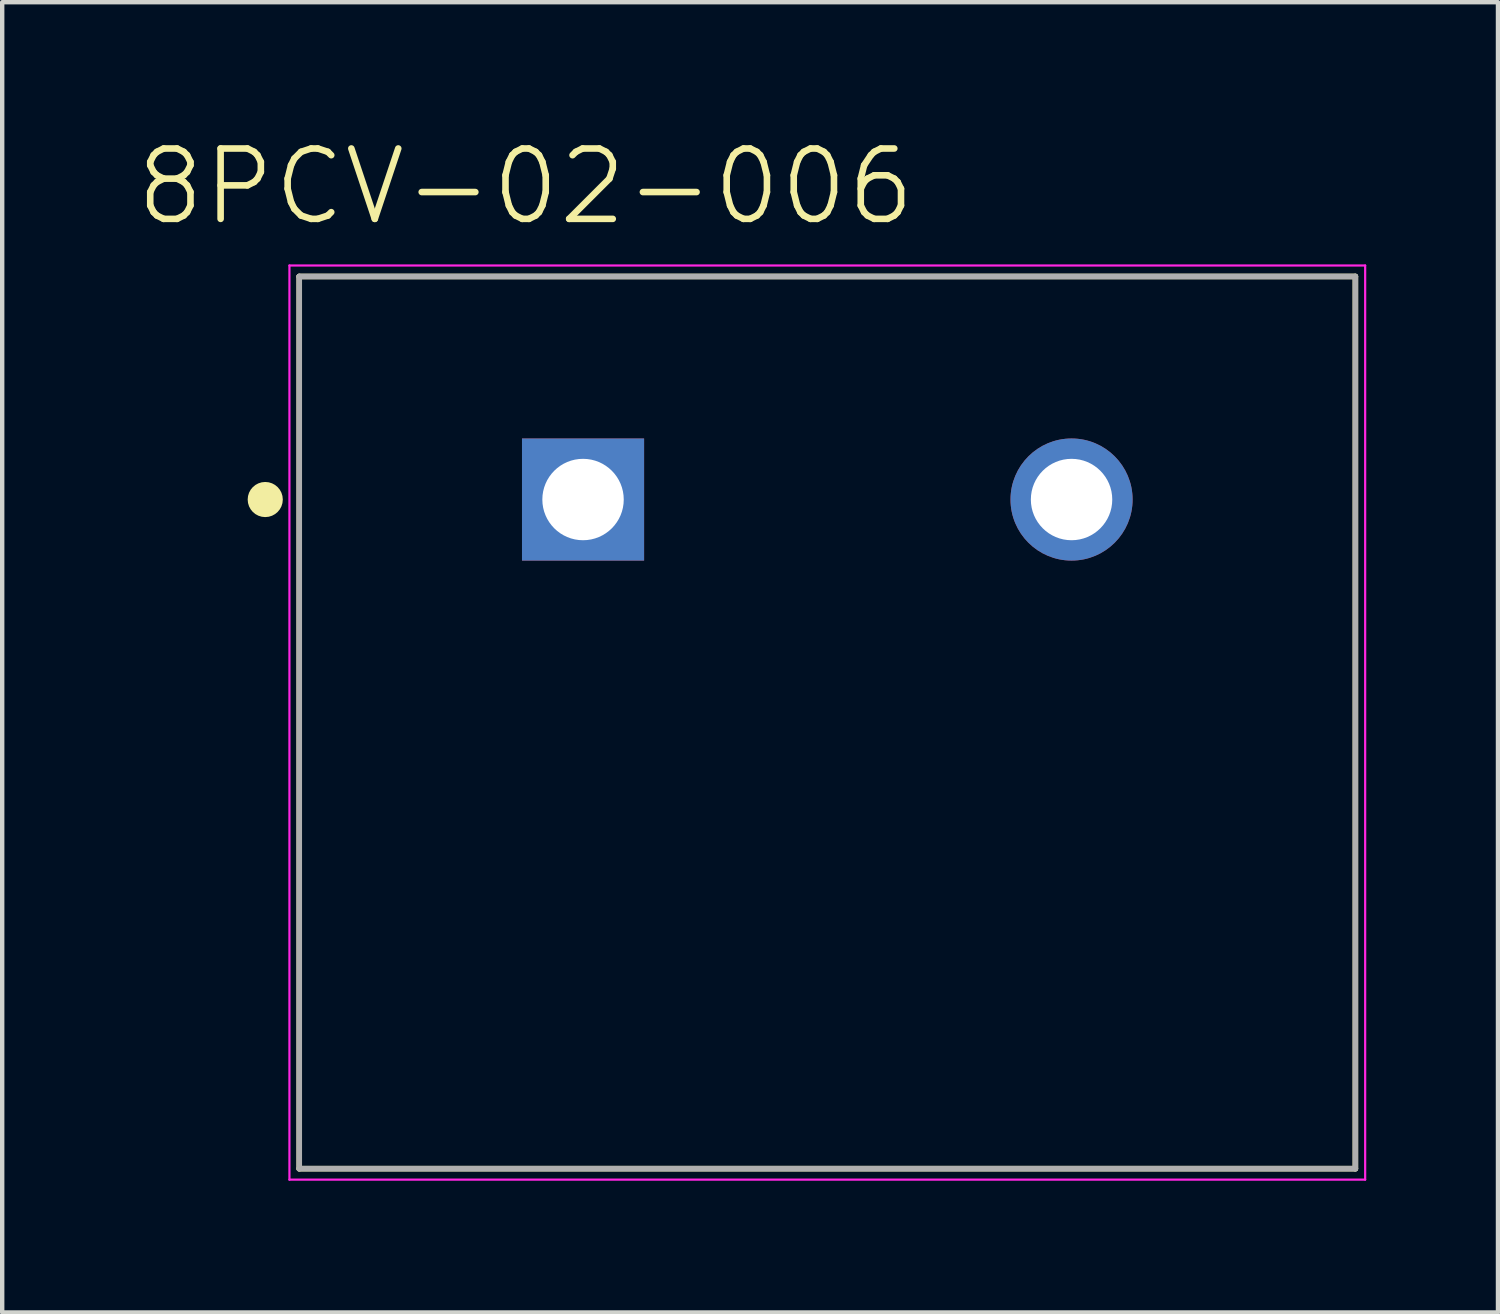
<source format=kicad_pcb>
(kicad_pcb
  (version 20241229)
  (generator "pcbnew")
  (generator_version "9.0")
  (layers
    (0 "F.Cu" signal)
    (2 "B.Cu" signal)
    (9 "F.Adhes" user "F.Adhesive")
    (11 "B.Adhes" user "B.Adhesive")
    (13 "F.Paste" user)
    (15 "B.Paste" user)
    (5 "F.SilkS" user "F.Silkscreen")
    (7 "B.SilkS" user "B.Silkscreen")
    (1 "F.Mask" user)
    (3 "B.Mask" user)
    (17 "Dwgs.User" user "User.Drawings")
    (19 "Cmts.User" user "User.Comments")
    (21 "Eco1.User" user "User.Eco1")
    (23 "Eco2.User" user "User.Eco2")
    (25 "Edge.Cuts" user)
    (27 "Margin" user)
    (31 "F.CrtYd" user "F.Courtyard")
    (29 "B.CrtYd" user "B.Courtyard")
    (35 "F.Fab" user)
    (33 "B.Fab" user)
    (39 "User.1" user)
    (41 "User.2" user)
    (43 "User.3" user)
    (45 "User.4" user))
  (footprint "8PCV-02-006"
    (layer "F.Cu")
    (at 15.792 8.327)
    (property "Reference" "8PCV-02-006" (at -6.871 -7.126 0) (layer "F.SilkS") (effects (font (size 1.603 1.603) (thickness 0.15))))
    (attr through_hole)
    (fp_line (start -12.027 -5.08) (end 12.027 -5.08) (stroke (width 0.127) (type solid)) (layer "F.SilkS"))
    (fp_line (start -12.027 15.24) (end -12.027 -5.08) (stroke (width 0.127) (type solid)) (layer "F.SilkS"))
    (fp_line (start 12.027 -5.08) (end 12.027 15.24) (stroke (width 0.127) (type solid)) (layer "F.SilkS"))
    (fp_line (start 12.027 15.24) (end -12.027 15.24) (stroke (width 0.127) (type solid)) (layer "F.SilkS"))
    (fp_circle (center -12.801 0) (end -12.601 0) (stroke (width 0.4) (type solid)) (fill no) (layer "F.SilkS"))
    (fp_line (start -12.25 -5.33) (end 12.25 -5.33) (stroke (width 0.05) (type solid)) (layer "F.CrtYd"))
    (fp_line (start -12.25 15.49) (end -12.25 -5.33) (stroke (width 0.05) (type solid)) (layer "F.CrtYd"))
    (fp_line (start 12.25 -5.33) (end 12.25 15.49) (stroke (width 0.05) (type solid)) (layer "F.CrtYd"))
    (fp_line (start 12.25 15.49) (end -12.25 15.49) (stroke (width 0.05) (type solid)) (layer "F.CrtYd"))
    (fp_line (start -12.027 -5.08) (end 12.027 -5.08) (stroke (width 0.127) (type solid)) (layer "F.Fab"))
    (fp_line (start -12.027 15.24) (end -12.027 -5.08) (stroke (width 0.127) (type solid)) (layer "F.Fab"))
    (fp_line (start 12.027 -5.08) (end 12.027 15.24) (stroke (width 0.127) (type solid)) (layer "F.Fab"))
    (fp_line (start 12.027 15.24) (end -12.027 15.24) (stroke (width 0.127) (type solid)) (layer "F.Fab"))
    (pad "1" thru_hole rect (at -5.563 0) (size 2.781 2.781) (drill 1.854) (layers "*.Cu" "*.Mask"))
    (pad "2" thru_hole circle (at 5.563 0) (size 2.781 2.781) (drill 1.854) (layers "*.Cu" "*.Mask")))
  (gr_rect
    (start -3 -3)
    (end 31.067 26.842)
    (stroke (width 0.1) (type default))
    (fill no)
    (layer "Edge.Cuts")))
</source>
